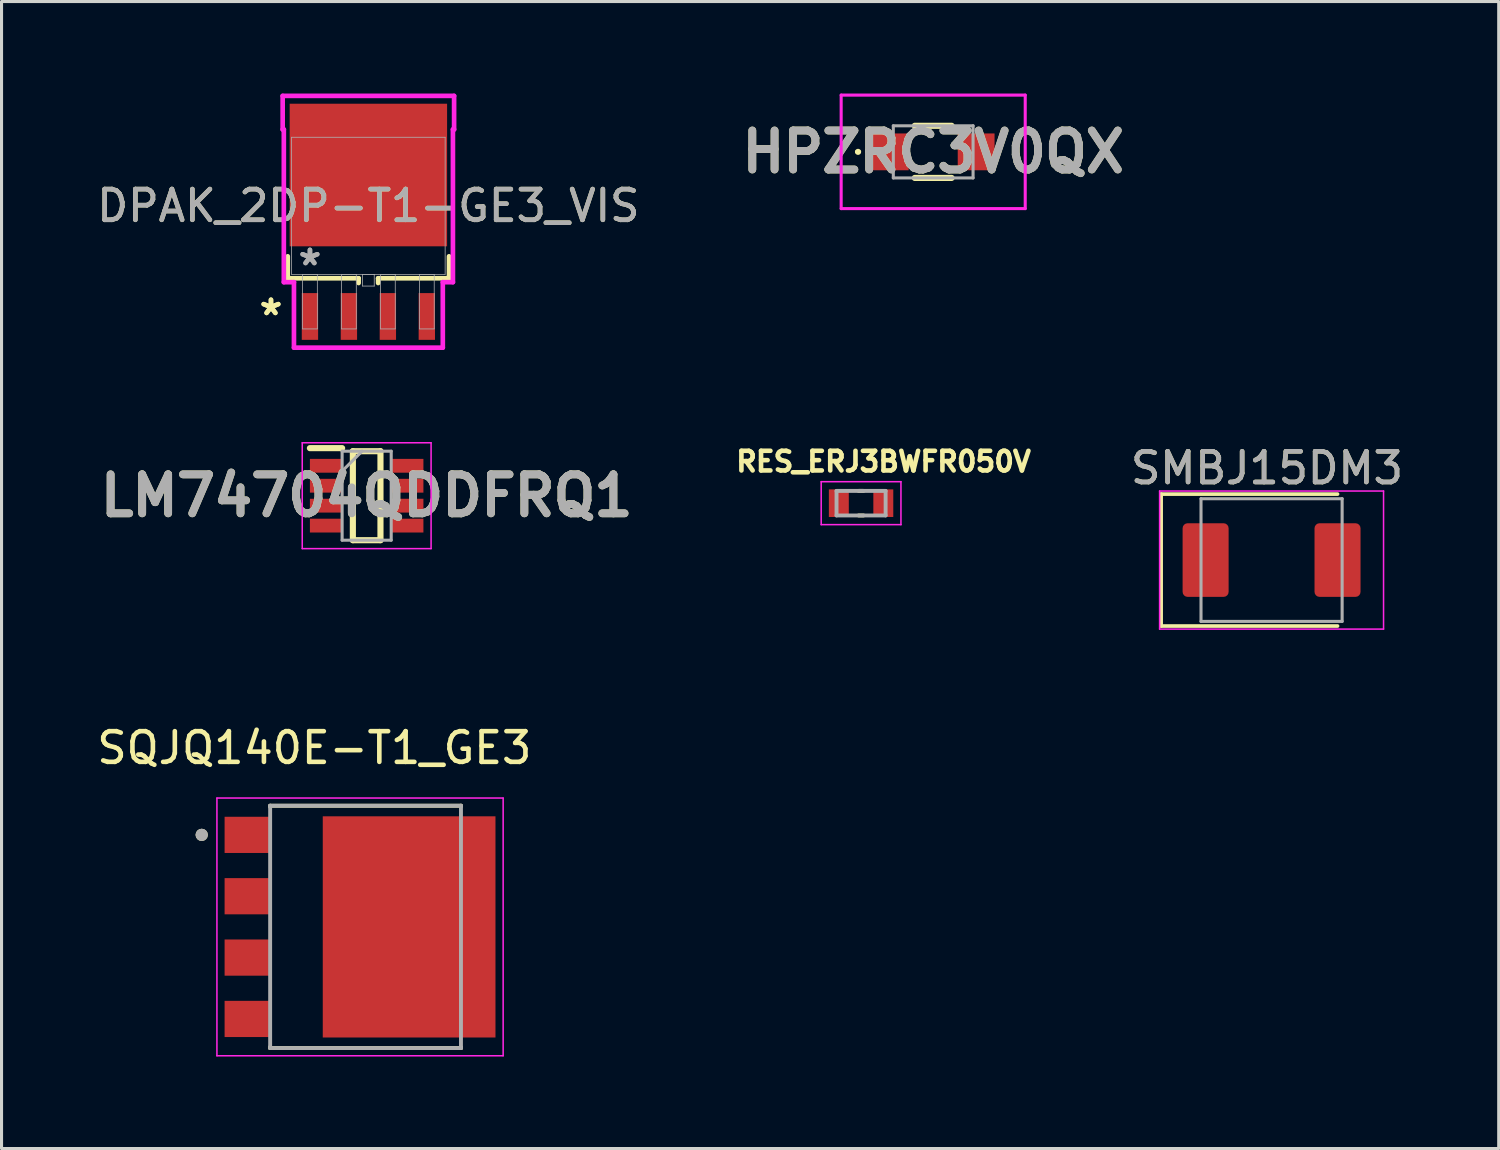
<source format=kicad_pcb>
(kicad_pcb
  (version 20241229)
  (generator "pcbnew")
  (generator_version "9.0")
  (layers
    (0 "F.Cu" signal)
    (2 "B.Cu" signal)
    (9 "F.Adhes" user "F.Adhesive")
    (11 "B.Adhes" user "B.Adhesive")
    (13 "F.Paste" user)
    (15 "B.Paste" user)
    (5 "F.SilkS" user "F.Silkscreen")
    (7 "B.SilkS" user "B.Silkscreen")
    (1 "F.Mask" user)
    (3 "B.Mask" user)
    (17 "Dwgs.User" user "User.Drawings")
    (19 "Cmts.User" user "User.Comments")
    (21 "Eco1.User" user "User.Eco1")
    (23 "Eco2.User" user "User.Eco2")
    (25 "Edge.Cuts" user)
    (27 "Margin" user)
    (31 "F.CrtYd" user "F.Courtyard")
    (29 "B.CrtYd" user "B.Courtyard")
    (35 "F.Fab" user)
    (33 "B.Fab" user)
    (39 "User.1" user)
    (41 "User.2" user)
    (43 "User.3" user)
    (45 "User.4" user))
  (footprint "HPZRC3V0QX"
    (layer "F.Cu")
    (at 27.369 1.9)
    (property "Reference" "HPZRC3V0QX" (at 0 0 0) (layer "F.SilkS") (effects (font (size 1.27 1.27) (thickness 0.254))))
    (attr smd)
    (fp_line (start -2.5 0) (end -2.5 0) (stroke (width 0.1) (type solid)) (layer "F.SilkS"))
    (fp_line (start -2.4 0) (end -2.4 0) (stroke (width 0.1) (type solid)) (layer "F.SilkS"))
    (fp_line (start -0.6 -0.85) (end 0.6 -0.85) (stroke (width 0.2) (type solid)) (layer "F.SilkS"))
    (fp_line (start -0.6 0.85) (end 0.6 0.85) (stroke (width 0.2) (type solid)) (layer "F.SilkS"))
    (fp_arc (start -2.5 0) (mid -2.45 -0.05) (end -2.4 0) (stroke (width 0.1) (type solid)) (layer "F.SilkS"))
    (fp_arc (start -2.4 0) (mid -2.45 0.05) (end -2.5 0) (stroke (width 0.1) (type solid)) (layer "F.SilkS"))
    (fp_line (start -3 -1.85) (end 3 -1.85) (stroke (width 0.1) (type solid)) (layer "F.CrtYd"))
    (fp_line (start -3 1.85) (end -3 -1.85) (stroke (width 0.1) (type solid)) (layer "F.CrtYd"))
    (fp_line (start 3 -1.85) (end 3 1.85) (stroke (width 0.1) (type solid)) (layer "F.CrtYd"))
    (fp_line (start 3 1.85) (end -3 1.85) (stroke (width 0.1) (type solid)) (layer "F.CrtYd"))
    (fp_line (start -1.3 -0.85) (end -1.3 0.85) (stroke (width 0.1) (type solid)) (layer "F.Fab"))
    (fp_line (start -1.3 0.85) (end 1.3 0.85) (stroke (width 0.1) (type solid)) (layer "F.Fab"))
    (fp_line (start 1.3 -0.85) (end -1.3 -0.85) (stroke (width 0.1) (type solid)) (layer "F.Fab"))
    (fp_line (start 1.3 0.85) (end 1.3 -0.85) (stroke (width 0.1) (type solid)) (layer "F.Fab"))
    (fp_text user "${REFERENCE}" (at 0 0 0) (layer "F.Fab") (effects (font (size 1.27 1.27) (thickness 0.254))))
    (pad "1" smd rect (at -1.4 0 90) (size 1.2 1.2) (layers "F.Cu" "F.Mask" "F.Paste"))
    (pad "2" smd rect (at 1.4 0 90) (size 1.2 1.2) (layers "F.Cu" "F.Mask" "F.Paste")))
  (footprint "SMBJ15DM3"
    (layer "F.Cu")
    (at 36.249 15.206)
    (property "Reference" "SMBJ15DM3" (at 2 -3 0) (layer "F.SilkS") (effects (font (size 1 1) (thickness 0.15))))
    (attr smd)
    (fp_line (start -1.45 -2.15) (end -1.45 2.15) (stroke (width 0.12) (type solid)) (layer "F.SilkS"))
    (fp_line (start -1.45 -2.15) (end 4.3 -2.15) (stroke (width 0.12) (type solid)) (layer "F.SilkS"))
    (fp_line (start -1.45 2.15) (end 4.3 2.15) (stroke (width 0.12) (type solid)) (layer "F.SilkS"))
    (fp_line (start -1.5 -2.25) (end 5.8 -2.25) (stroke (width 0.05) (type solid)) (layer "F.CrtYd"))
    (fp_line (start -1.5 2.25) (end -1.5 -2.25) (stroke (width 0.05) (type solid)) (layer "F.CrtYd"))
    (fp_line (start 5.8 -2.25) (end 5.8 2.25) (stroke (width 0.05) (type solid)) (layer "F.CrtYd"))
    (fp_line (start 5.8 2.25) (end -1.5 2.25) (stroke (width 0.05) (type solid)) (layer "F.CrtYd"))
    (fp_line (start -0.15 2) (end -0.15 -2) (stroke (width 0.1) (type solid)) (layer "F.Fab"))
    (fp_line (start 4.45 -2) (end -0.15 -2) (stroke (width 0.1) (type solid)) (layer "F.Fab"))
    (fp_line (start 4.45 -2) (end 4.45 2) (stroke (width 0.1) (type solid)) (layer "F.Fab"))
    (fp_line (start 4.45 2) (end -0.15 2) (stroke (width 0.1) (type solid)) (layer "F.Fab"))
    (fp_text user "${REFERENCE}" (at 2 -3 0) (layer "F.Fab") (effects (font (size 1 1) (thickness 0.15))))
    (pad "1" smd roundrect (at 0 0) (size 1.5 2.4) (layers "F.Cu" "F.Mask" "F.Paste") (roundrect_rratio 0.109))
    (pad "2" smd roundrect (at 4.3 0) (size 1.5 2.4) (layers "F.Cu" "F.Mask" "F.Paste") (roundrect_rratio 0.109)))
  (footprint "LM74704QDDFRQ1"
    (layer "F.Cu")
    (at 8.902 13.108)
    (property "Reference" "LM74704QDDFRQ1" (at 0 0 0) (layer "F.SilkS") (effects (font (size 1.27 1.27) (thickness 0.254))))
    (attr smd)
    (fp_line (start -1.85 -1.55) (end -0.8 -1.55) (stroke (width 0.2) (type solid)) (layer "F.SilkS"))
    (fp_line (start -0.45 -1.45) (end 0.45 -1.45) (stroke (width 0.2) (type solid)) (layer "F.SilkS"))
    (fp_line (start -0.45 1.45) (end -0.45 -1.45) (stroke (width 0.2) (type solid)) (layer "F.SilkS"))
    (fp_line (start 0.45 -1.45) (end 0.45 1.45) (stroke (width 0.2) (type solid)) (layer "F.SilkS"))
    (fp_line (start 0.45 1.45) (end -0.45 1.45) (stroke (width 0.2) (type solid)) (layer "F.SilkS"))
    (fp_line (start -2.1 -1.725) (end 2.1 -1.725) (stroke (width 0.05) (type solid)) (layer "F.CrtYd"))
    (fp_line (start -2.1 1.725) (end -2.1 -1.725) (stroke (width 0.05) (type solid)) (layer "F.CrtYd"))
    (fp_line (start 2.1 -1.725) (end 2.1 1.725) (stroke (width 0.05) (type solid)) (layer "F.CrtYd"))
    (fp_line (start 2.1 1.725) (end -2.1 1.725) (stroke (width 0.05) (type solid)) (layer "F.CrtYd"))
    (fp_line (start -0.8 -1.45) (end 0.8 -1.45) (stroke (width 0.1) (type solid)) (layer "F.Fab"))
    (fp_line (start -0.8 -0.8) (end -0.15 -1.45) (stroke (width 0.1) (type solid)) (layer "F.Fab"))
    (fp_line (start -0.8 1.45) (end -0.8 -1.45) (stroke (width 0.1) (type solid)) (layer "F.Fab"))
    (fp_line (start 0.8 -1.45) (end 0.8 1.45) (stroke (width 0.1) (type solid)) (layer "F.Fab"))
    (fp_line (start 0.8 1.45) (end -0.8 1.45) (stroke (width 0.1) (type solid)) (layer "F.Fab"))
    (fp_text user "${REFERENCE}" (at 0 0 0) (layer "F.Fab") (effects (font (size 1.27 1.27) (thickness 0.254))))
    (pad "1" smd rect (at -1.325 -0.975 90) (size 0.45 1.05) (layers "F.Cu" "F.Mask" "F.Paste"))
    (pad "2" smd rect (at -1.325 -0.325 90) (size 0.45 1.05) (layers "F.Cu" "F.Mask" "F.Paste"))
    (pad "3" smd rect (at -1.325 0.325 90) (size 0.45 1.05) (layers "F.Cu" "F.Mask" "F.Paste"))
    (pad "4" smd rect (at -1.325 0.975 90) (size 0.45 1.05) (layers "F.Cu" "F.Mask" "F.Paste"))
    (pad "5" smd rect (at 1.325 0.975 90) (size 0.45 1.05) (layers "F.Cu" "F.Mask" "F.Paste"))
    (pad "6" smd rect (at 1.325 0.325 90) (size 0.45 1.05) (layers "F.Cu" "F.Mask" "F.Paste"))
    (pad "7" smd rect (at 1.325 -0.325 90) (size 0.45 1.05) (layers "F.Cu" "F.Mask" "F.Paste"))
    (pad "8" smd rect (at 1.325 -0.975 90) (size 0.45 1.05) (layers "F.Cu" "F.Mask" "F.Paste")))
  (footprint "DPAK_2DP-T1-GE3_VIS"
    (layer "F.Cu")
    (at 8.958 3.659)
    (property "Reference" "DPAK_2DP-T1-GE3_VIS" (at 0 0 0) (unlocked yes) (layer "F.SilkS") (effects (font (size 1 1) (thickness 0.15))))
    (attr smd)
    (fp_line (start -2.629 1.646) (end -2.629 2.362) (stroke (width 0.152) (type solid)) (layer "F.SilkS"))
    (fp_line (start -2.629 2.362) (end -0.318 2.362) (stroke (width 0.152) (type solid)) (layer "F.SilkS"))
    (fp_line (start -0.318 2.362) (end -0.318 2.516) (stroke (width 0.152) (type solid)) (layer "F.SilkS"))
    (fp_line (start 0.318 2.362) (end 2.629 2.362) (stroke (width 0.152) (type solid)) (layer "F.SilkS"))
    (fp_line (start 0.318 2.516) (end 0.318 2.362) (stroke (width 0.152) (type solid)) (layer "F.SilkS"))
    (fp_line (start 2.629 2.362) (end 2.629 1.646) (stroke (width 0.152) (type solid)) (layer "F.SilkS"))
    (fp_line (start -2.794 -3.583) (end 2.794 -3.583) (stroke (width 0.152) (type solid)) (layer "F.CrtYd"))
    (fp_line (start -2.794 -2.489) (end -2.794 -3.583) (stroke (width 0.152) (type solid)) (layer "F.CrtYd"))
    (fp_line (start -2.756 -2.489) (end -2.794 -2.489) (stroke (width 0.152) (type solid)) (layer "F.CrtYd"))
    (fp_line (start -2.756 2.489) (end -2.756 -2.489) (stroke (width 0.152) (type solid)) (layer "F.CrtYd"))
    (fp_line (start -2.426 2.489) (end -2.756 2.489) (stroke (width 0.152) (type solid)) (layer "F.CrtYd"))
    (fp_line (start -2.426 4.623) (end -2.426 2.489) (stroke (width 0.152) (type solid)) (layer "F.CrtYd"))
    (fp_line (start 2.426 2.489) (end 2.426 4.623) (stroke (width 0.152) (type solid)) (layer "F.CrtYd"))
    (fp_line (start 2.426 4.623) (end -2.426 4.623) (stroke (width 0.152) (type solid)) (layer "F.CrtYd"))
    (fp_line (start 2.756 -2.489) (end 2.756 2.489) (stroke (width 0.152) (type solid)) (layer "F.CrtYd"))
    (fp_line (start 2.756 2.489) (end 2.426 2.489) (stroke (width 0.152) (type solid)) (layer "F.CrtYd"))
    (fp_line (start 2.794 -3.583) (end 2.794 -2.489) (stroke (width 0.152) (type solid)) (layer "F.CrtYd"))
    (fp_line (start 2.794 -2.489) (end 2.756 -2.489) (stroke (width 0.152) (type solid)) (layer "F.CrtYd"))
    (fp_line (start -2.502 -2.235) (end -2.502 2.235) (stroke (width 0.025) (type solid)) (layer "F.Fab"))
    (fp_line (start -2.502 2.235) (end 2.502 2.235) (stroke (width 0.025) (type solid)) (layer "F.Fab"))
    (fp_line (start -2.146 2.235) (end -2.146 4.013) (stroke (width 0.025) (type solid)) (layer "F.Fab"))
    (fp_line (start -2.146 4.013) (end -1.664 4.013) (stroke (width 0.025) (type solid)) (layer "F.Fab"))
    (fp_line (start -1.664 2.235) (end -2.146 2.235) (stroke (width 0.025) (type solid)) (layer "F.Fab"))
    (fp_line (start -1.664 4.013) (end -1.664 2.235) (stroke (width 0.025) (type solid)) (layer "F.Fab"))
    (fp_line (start -0.876 2.235) (end -0.876 4.013) (stroke (width 0.025) (type solid)) (layer "F.Fab"))
    (fp_line (start -0.876 4.013) (end -0.394 4.013) (stroke (width 0.025) (type solid)) (layer "F.Fab"))
    (fp_line (start -0.394 2.235) (end -0.876 2.235) (stroke (width 0.025) (type solid)) (layer "F.Fab"))
    (fp_line (start -0.394 4.013) (end -0.394 2.235) (stroke (width 0.025) (type solid)) (layer "F.Fab"))
    (fp_line (start -0.191 2.235) (end -0.191 2.616) (stroke (width 0.025) (type solid)) (layer "F.Fab"))
    (fp_line (start -0.191 2.616) (end 0.191 2.616) (stroke (width 0.025) (type solid)) (layer "F.Fab"))
    (fp_line (start 0.191 2.235) (end -0.191 2.235) (stroke (width 0.025) (type solid)) (layer "F.Fab"))
    (fp_line (start 0.191 2.616) (end 0.191 2.235) (stroke (width 0.025) (type solid)) (layer "F.Fab"))
    (fp_line (start 0.394 2.235) (end 0.394 4.013) (stroke (width 0.025) (type solid)) (layer "F.Fab"))
    (fp_line (start 0.394 4.013) (end 0.876 4.013) (stroke (width 0.025) (type solid)) (layer "F.Fab"))
    (fp_line (start 0.876 2.235) (end 0.394 2.235) (stroke (width 0.025) (type solid)) (layer "F.Fab"))
    (fp_line (start 0.876 4.013) (end 0.876 2.235) (stroke (width 0.025) (type solid)) (layer "F.Fab"))
    (fp_line (start 1.664 2.235) (end 1.664 4.013) (stroke (width 0.025) (type solid)) (layer "F.Fab"))
    (fp_line (start 1.664 4.013) (end 2.146 4.013) (stroke (width 0.025) (type solid)) (layer "F.Fab"))
    (fp_line (start 2.146 2.235) (end 1.664 2.235) (stroke (width 0.025) (type solid)) (layer "F.Fab"))
    (fp_line (start 2.146 4.013) (end 2.146 2.235) (stroke (width 0.025) (type solid)) (layer "F.Fab"))
    (fp_line (start 2.502 -2.235) (end -2.502 -2.235) (stroke (width 0.025) (type solid)) (layer "F.Fab"))
    (fp_line (start 2.502 2.235) (end 2.502 -2.235) (stroke (width 0.025) (type solid)) (layer "F.Fab"))
    (fp_text user "*" (at -3.175 3.607 0) (unlocked yes) (layer "F.SilkS") (effects (font (size 1 1) (thickness 0.15))))
    (fp_text user "*" (at -3.175 3.607 0) (layer "F.SilkS") (effects (font (size 1 1) (thickness 0.15))))
    (fp_text user "*" (at -1.905 1.981 0) (layer "F.Fab") (effects (font (size 1 1) (thickness 0.15))))
    (fp_text user "${REFERENCE}" (at 0 0 0) (unlocked yes) (layer "F.Fab") (effects (font (size 1 1) (thickness 0.15))))
    (fp_text user "*" (at -1.905 1.981 0) (unlocked yes) (layer "F.Fab") (effects (font (size 1 1) (thickness 0.15))))
    (pad "1" smd rect (at -1.905 3.607) (size 0.533 1.524) (layers "F.Cu" "F.Mask" "F.Paste"))
    (pad "2" smd rect (at -0.635 3.607) (size 0.533 1.524) (layers "F.Cu" "F.Mask" "F.Paste"))
    (pad "3" smd rect (at 0.635 3.607) (size 0.533 1.524) (layers "F.Cu" "F.Mask" "F.Paste"))
    (pad "4" smd rect (at 1.905 3.607) (size 0.533 1.524) (layers "F.Cu" "F.Mask" "F.Paste"))
    (pad "5" smd rect (at 0 -1.004) (size 5.131 4.648) (layers "F.Cu" "F.Mask" "F.Paste")))
  (footprint "SQJQ140E-T1_GE3"
    (layer "F.Cu")
    (at 8.686 27.164)
    (property "Reference" "SQJQ140E-T1_GE3" (at -1.49 -5.835 0) (layer "F.SilkS") (effects (font (size 1 1) (thickness 0.15))))
    (attr smd)
    (fp_line (start -2.93 -3.95) (end 3.29 -3.95) (stroke (width 0.127) (type solid)) (layer "F.SilkS"))
    (fp_line (start -2.93 -3.91) (end -2.93 -3.95) (stroke (width 0.127) (type solid)) (layer "F.SilkS"))
    (fp_line (start -2.93 3.95) (end -2.93 3.91) (stroke (width 0.127) (type solid)) (layer "F.SilkS"))
    (fp_line (start 3.29 -3.95) (end 3.29 -3.925) (stroke (width 0.127) (type solid)) (layer "F.SilkS"))
    (fp_line (start 3.29 3.95) (end -2.93 3.95) (stroke (width 0.127) (type solid)) (layer "F.SilkS"))
    (fp_line (start 3.29 3.95) (end 3.29 3.925) (stroke (width 0.127) (type solid)) (layer "F.SilkS"))
    (fp_circle (center -5.161 -3) (end -5.061 -3) (stroke (width 0.2) (type solid)) (fill no) (layer "F.SilkS"))
    (fp_poly (pts (xy -0.64 -3.215) (xy 1.02 -3.215) (xy 1.02 -1.585) (xy -0.64 -1.585)) (stroke (width 0.01) (type solid)) (fill yes) (layer "F.Paste"))
    (fp_poly (pts (xy -0.64 -0.815) (xy 1.02 -0.815) (xy 1.02 0.815) (xy -0.64 0.815)) (stroke (width 0.01) (type solid)) (fill yes) (layer "F.Paste"))
    (fp_poly (pts (xy -0.64 1.585) (xy 1.02 1.585) (xy 1.02 3.215) (xy -0.64 3.215)) (stroke (width 0.01) (type solid)) (fill yes) (layer "F.Paste"))
    (fp_poly (pts (xy 2.18 -3.215) (xy 3.84 -3.215) (xy 3.84 -1.585) (xy 2.18 -1.585)) (stroke (width 0.01) (type solid)) (fill yes) (layer "F.Paste"))
    (fp_poly (pts (xy 2.18 -0.815) (xy 3.84 -0.815) (xy 3.84 0.815) (xy 2.18 0.815)) (stroke (width 0.01) (type solid)) (fill yes) (layer "F.Paste"))
    (fp_poly (pts (xy 2.18 1.585) (xy 3.84 1.585) (xy 3.84 3.215) (xy 2.18 3.215)) (stroke (width 0.01) (type solid)) (fill yes) (layer "F.Paste"))
    (fp_line (start -4.665 -4.2) (end -4.665 4.2) (stroke (width 0.05) (type solid)) (layer "F.CrtYd"))
    (fp_line (start -4.665 4.2) (end 4.665 4.2) (stroke (width 0.05) (type solid)) (layer "F.CrtYd"))
    (fp_line (start 4.665 -4.2) (end -4.665 -4.2) (stroke (width 0.05) (type solid)) (layer "F.CrtYd"))
    (fp_line (start 4.665 4.2) (end 4.665 -4.2) (stroke (width 0.05) (type solid)) (layer "F.CrtYd"))
    (fp_line (start -2.93 -3.95) (end 3.29 -3.95) (stroke (width 0.127) (type solid)) (layer "F.Fab"))
    (fp_line (start -2.93 3.95) (end -2.93 -3.95) (stroke (width 0.127) (type solid)) (layer "F.Fab"))
    (fp_line (start 3.29 -3.95) (end 3.29 3.95) (stroke (width 0.127) (type solid)) (layer "F.Fab"))
    (fp_line (start 3.29 3.95) (end -2.93 3.95) (stroke (width 0.127) (type solid)) (layer "F.Fab"))
    (fp_circle (center -5.161 -3) (end -5.061 -3) (stroke (width 0.2) (type solid)) (fill no) (layer "F.Fab"))
    (pad "1" smd rect (at -3.65 -3) (size 1.53 1.18) (layers "F.Cu" "F.Mask" "F.Paste"))
    (pad "2" smd rect (at -3.65 -1) (size 1.53 1.18) (layers "F.Cu" "F.Mask" "F.Paste"))
    (pad "3" smd rect (at -3.65 1) (size 1.53 1.18) (layers "F.Cu" "F.Mask" "F.Paste"))
    (pad "4" smd rect (at -3.65 3) (size 1.53 1.18) (layers "F.Cu" "F.Mask" "F.Paste"))
    (pad "5" smd rect (at 1.6 0) (size 5.63 7.21) (layers "F.Cu" "F.Mask")))
  (footprint "RES_ERJ3BWFR050V"
    (layer "F.Cu")
    (at 25.018 13.352)
    (property "Reference" "RES_ERJ3BWFR050V" (at 0.732 -1.356 0) (layer "F.SilkS") (effects (font (size 0.64 0.64) (thickness 0.15))))
    (attr smd)
    (fp_line (start -0.08 -0.4) (end 0.08 -0.4) (stroke (width 0.127) (type solid)) (layer "F.SilkS"))
    (fp_line (start -0.08 0.4) (end 0.08 0.4) (stroke (width 0.127) (type solid)) (layer "F.SilkS"))
    (fp_line (start -1.3 -0.7) (end -1.3 0.7) (stroke (width 0.05) (type solid)) (layer "F.CrtYd"))
    (fp_line (start -1.3 0.7) (end 1.3 0.7) (stroke (width 0.05) (type solid)) (layer "F.CrtYd"))
    (fp_line (start 1.3 -0.7) (end -1.3 -0.7) (stroke (width 0.05) (type solid)) (layer "F.CrtYd"))
    (fp_line (start 1.3 0.7) (end 1.3 -0.7) (stroke (width 0.05) (type solid)) (layer "F.CrtYd"))
    (fp_line (start -0.8 -0.4) (end -0.8 0.4) (stroke (width 0.127) (type solid)) (layer "F.Fab"))
    (fp_line (start -0.8 -0.4) (end 0.8 -0.4) (stroke (width 0.127) (type solid)) (layer "F.Fab"))
    (fp_line (start -0.8 0.4) (end 0.8 0.4) (stroke (width 0.127) (type solid)) (layer "F.Fab"))
    (fp_line (start 0.8 -0.4) (end 0.8 0.4) (stroke (width 0.127) (type solid)) (layer "F.Fab"))
    (pad "1" smd rect (at -0.725 0) (size 0.65 0.9) (layers "F.Cu" "F.Mask" "F.Paste"))
    (pad "2" smd rect (at 0.725 0) (size 0.65 0.9) (layers "F.Cu" "F.Mask" "F.Paste")))
  (gr_rect
    (start -3 -3)
    (end 45.803 34.389)
    (stroke (width 0.1) (type default))
    (fill no)
    (layer "Edge.Cuts")))
</source>
